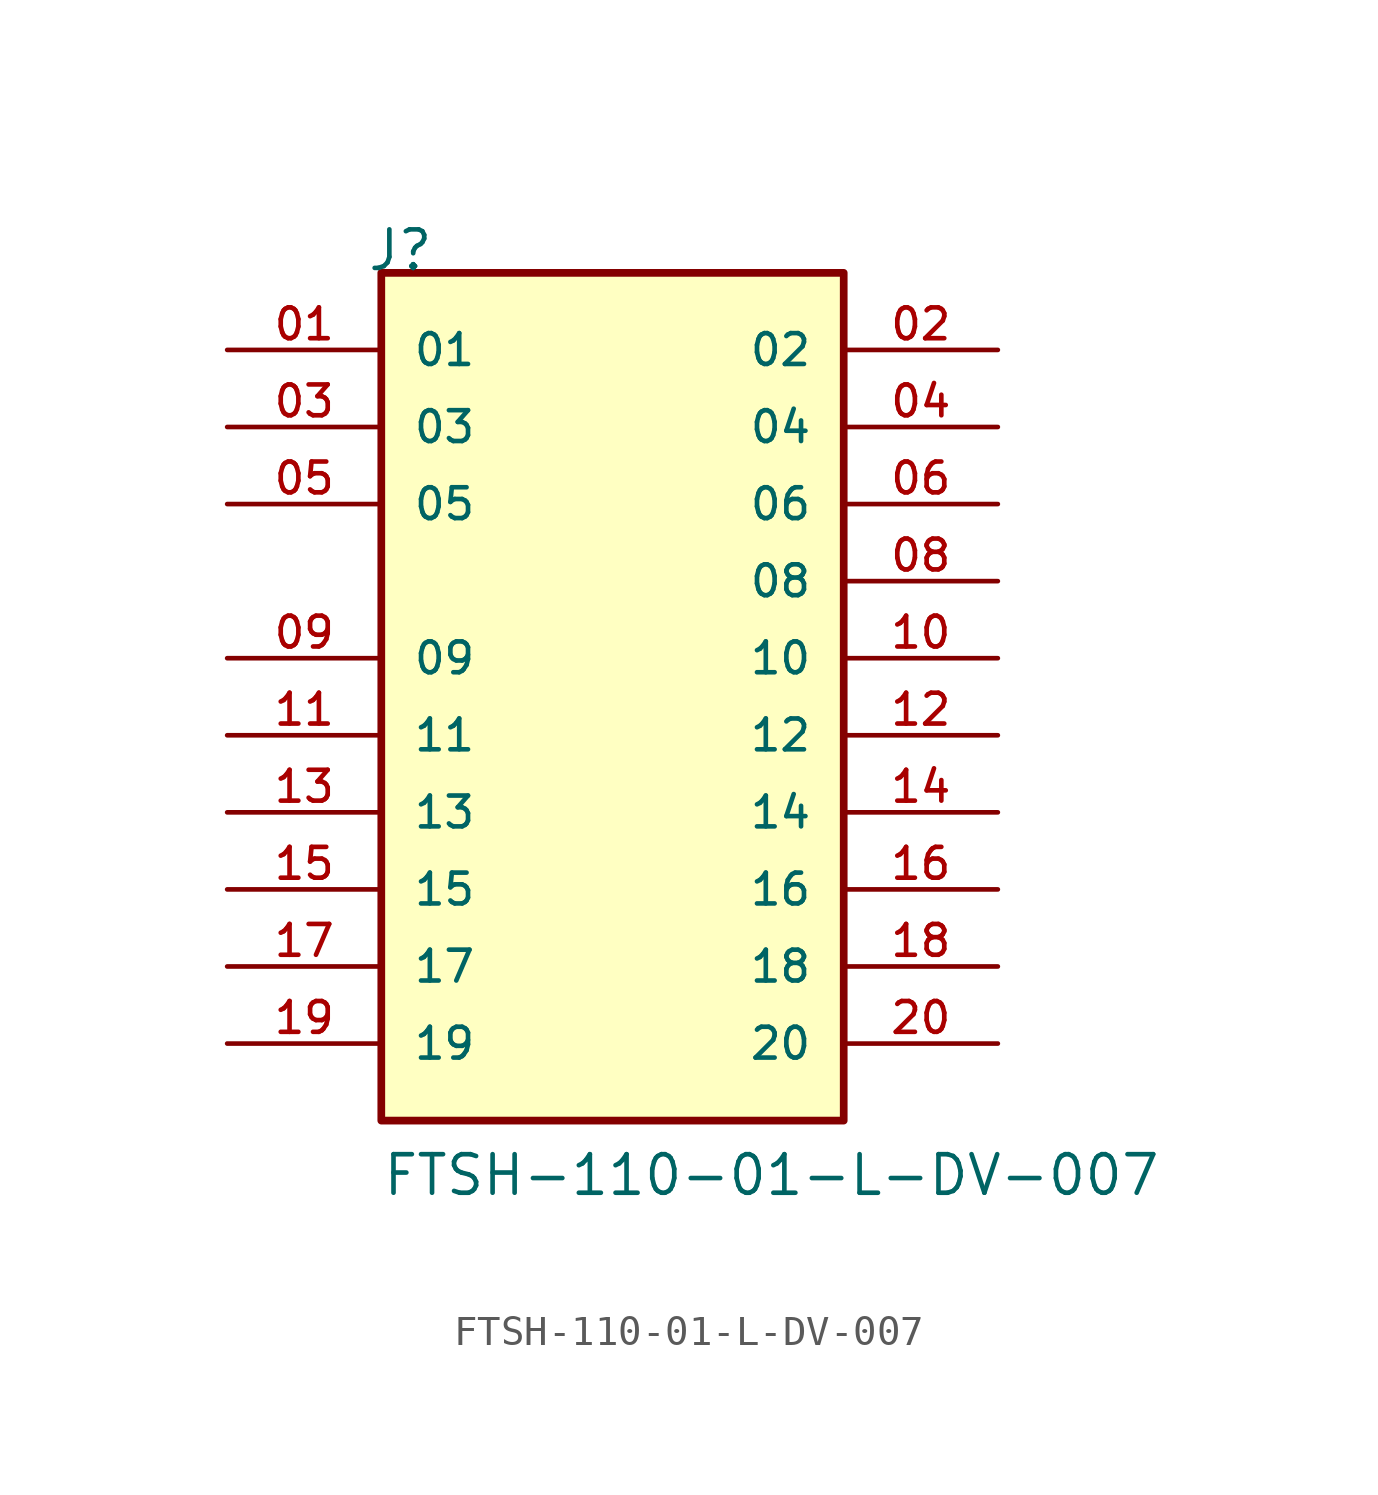
<source format=kicad_sym>
(kicad_symbol_lib
  (version 20211014)
  (generator kicad_symbol_editor)
  (symbol "FTSH-110-01-L-DV-007"
    (pin_names
      (offset 1.016))
    (property "Reference" "J"
      (at -8.12 15.24 0)
      (effects (font (size 1.27 1.27)) (justify bottom left)))
    (property "Value" "FTSH-110-01-L-DV-007"
      (at -7.62 -15.24 0)
      (effects (font (size 1.27 1.27)) (justify bottom left)))
    (symbol "FTSH-110-01-L-DV-007_0_0"
      (rectangle (start -7.62 -12.7) (end 7.62 15.24) (stroke (width 0.254)) (fill (type background)))
      (pin passive line (at -12.7 12.7 0) (length 5.08) (name "01" (effects (font (size 1.016 1.016)))) (number "01" (effects (font (size 1.016 1.016)))))
      (pin passive line (at 12.7 12.7 180.0) (length 5.08) (name "02" (effects (font (size 1.016 1.016)))) (number "02" (effects (font (size 1.016 1.016)))))
      (pin passive line (at -12.7 10.16 0) (length 5.08) (name "03" (effects (font (size 1.016 1.016)))) (number "03" (effects (font (size 1.016 1.016)))))
      (pin passive line (at 12.7 10.16 180.0) (length 5.08) (name "04" (effects (font (size 1.016 1.016)))) (number "04" (effects (font (size 1.016 1.016)))))
      (pin passive line (at -12.7 7.62 0) (length 5.08) (name "05" (effects (font (size 1.016 1.016)))) (number "05" (effects (font (size 1.016 1.016)))))
      (pin passive line (at 12.7 7.62 180.0) (length 5.08) (name "06" (effects (font (size 1.016 1.016)))) (number "06" (effects (font (size 1.016 1.016)))))
      (pin passive line (at 12.7 5.08 180.0) (length 5.08) (name "08" (effects (font (size 1.016 1.016)))) (number "08" (effects (font (size 1.016 1.016)))))
      (pin passive line (at -12.7 2.54 0) (length 5.08) (name "09" (effects (font (size 1.016 1.016)))) (number "09" (effects (font (size 1.016 1.016)))))
      (pin passive line (at 12.7 2.54 180.0) (length 5.08) (name "10" (effects (font (size 1.016 1.016)))) (number "10" (effects (font (size 1.016 1.016)))))
      (pin passive line (at -12.7 0.0 0) (length 5.08) (name "11" (effects (font (size 1.016 1.016)))) (number "11" (effects (font (size 1.016 1.016)))))
      (pin passive line (at 12.7 0.0 180.0) (length 5.08) (name "12" (effects (font (size 1.016 1.016)))) (number "12" (effects (font (size 1.016 1.016)))))
      (pin passive line (at -12.7 -2.54 0) (length 5.08) (name "13" (effects (font (size 1.016 1.016)))) (number "13" (effects (font (size 1.016 1.016)))))
      (pin passive line (at 12.7 -2.54 180.0) (length 5.08) (name "14" (effects (font (size 1.016 1.016)))) (number "14" (effects (font (size 1.016 1.016)))))
      (pin passive line (at -12.7 -5.08 0) (length 5.08) (name "15" (effects (font (size 1.016 1.016)))) (number "15" (effects (font (size 1.016 1.016)))))
      (pin passive line (at 12.7 -5.08 180.0) (length 5.08) (name "16" (effects (font (size 1.016 1.016)))) (number "16" (effects (font (size 1.016 1.016)))))
      (pin passive line (at -12.7 -7.62 0) (length 5.08) (name "17" (effects (font (size 1.016 1.016)))) (number "17" (effects (font (size 1.016 1.016)))))
      (pin passive line (at 12.7 -7.62 180.0) (length 5.08) (name "18" (effects (font (size 1.016 1.016)))) (number "18" (effects (font (size 1.016 1.016)))))
      (pin passive line (at -12.7 -10.16 0) (length 5.08) (name "19" (effects (font (size 1.016 1.016)))) (number "19" (effects (font (size 1.016 1.016)))))
      (pin passive line (at 12.7 -10.16 180.0) (length 5.08) (name "20" (effects (font (size 1.016 1.016)))) (number "20" (effects (font (size 1.016 1.016))))))))
</source>
